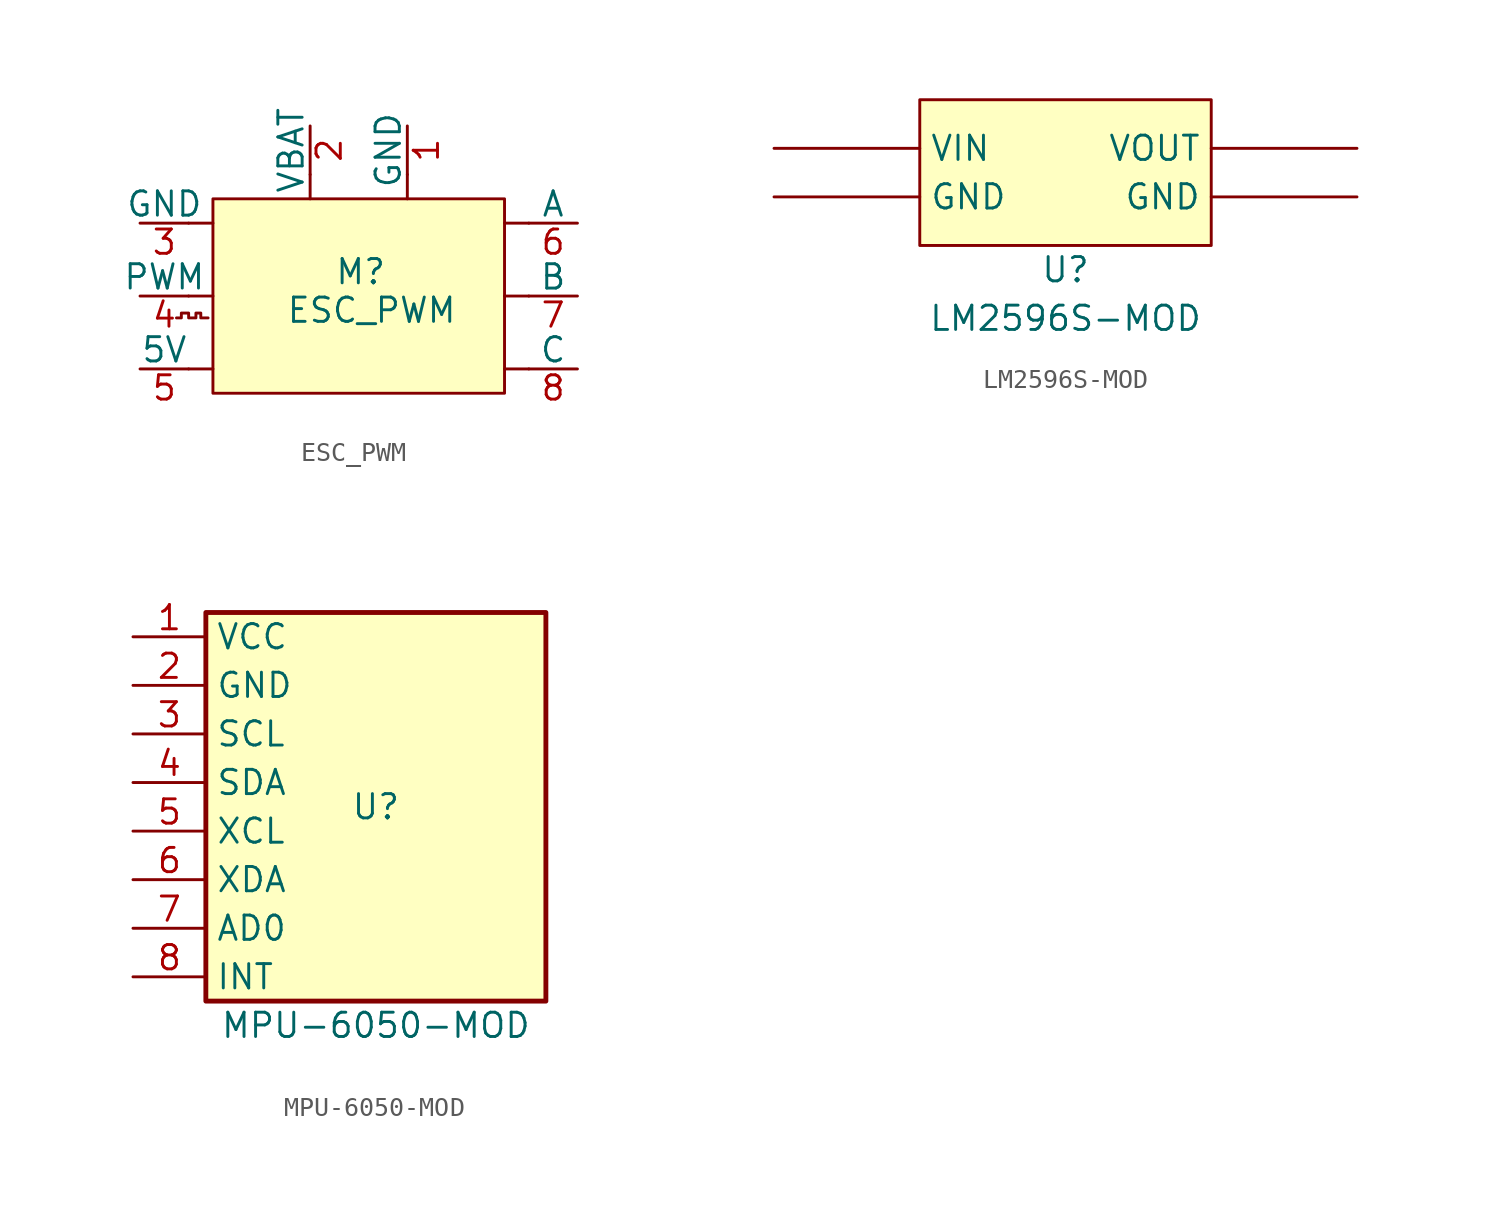
<source format=kicad_sym>
(kicad_symbol_lib
  (version 20220914)
  (generator kicad_symbol_editor)
  (symbol "ESC_PWM"
    (pin_names
      (offset 0))
    (property "Reference" "M"
      (at -1.27 1.27 0)
      (effects (font (size 1.27 1.27)) (justify left)))
    (property "Value" "ESC_PWM"
      (at -3.81 0 0)
      (effects (font (size 1.27 1.27)) (justify left top)))
    (symbol "ESC_PWM_0_1"
      (polyline (pts (xy -8.89 0) (xy -7.62 0)) (stroke (width 0) (type default)) (fill (type none)))
      (polyline (pts (xy -8.89 3.81) (xy -7.62 3.81)) (stroke (width 0) (type default)) (fill (type none)))
      (polyline (pts (xy -7.62 -3.81) (xy -8.89 -3.81)) (stroke (width 0) (type default)) (fill (type none)))
      (polyline (pts (xy -2.54 5.08) (xy -2.54 6.35)) (stroke (width 0) (type default)) (fill (type none)))
      (polyline (pts (xy 2.54 6.35) (xy 2.54 5.08)) (stroke (width 0) (type default)) (fill (type none)))
      (polyline (pts (xy 7.62 3.81) (xy 8.89 3.81)) (stroke (width 0) (type default)) (fill (type none)))
      (polyline (pts (xy 8.89 -3.81) (xy 7.62 -3.81)) (stroke (width 0) (type default)) (fill (type none)))
      (polyline (pts (xy 8.89 0) (xy 7.62 0)) (stroke (width 0) (type default)) (fill (type none)))
      (polyline (pts (xy -9.525 -1.143) (xy -9.271 -1.143) (xy -9.271 -0.889) (xy -8.89 -0.889) (xy -8.89 -1.143) (xy -8.509 -1.143) (xy -8.509 -0.889) (xy -8.255 -0.889) (xy -8.255 -1.143) (xy -7.874 -1.143)) (stroke (width 0) (type default)) (fill (type none))))
    (symbol "ESC_PWM_1_1"
      (rectangle (start -7.62 5.08) (end 7.62 -5.08) (stroke (width 0) (type default)) (fill (type background)))
      (pin passive line (at 2.54 8.89 270) (length 2.54) (name "GND" (effects (font (size 1.27 1.27)))) (number "1" (effects (font (size 1.27 1.27)))))
      (pin power_in line (at -2.54 8.89 270) (length 2.54) (name "VBAT" (effects (font (size 1.27 1.27)))) (number "2" (effects (font (size 1.27 1.27)))))
      (pin bidirectional line (at -11.43 3.81 0) (length 2.54) (name "GND" (effects (font (size 1.27 1.27)))) (number "3" (effects (font (size 1.27 1.27)))))
      (pin input line (at -11.43 0 0) (length 2.54) (name "PWM" (effects (font (size 1.27 1.27)))) (number "4" (effects (font (size 1.27 1.27)))))
      (pin bidirectional line (at -11.43 -3.81 0) (length 2.54) (name "5V" (effects (font (size 1.27 1.27)))) (number "5" (effects (font (size 1.27 1.27)))))
      (pin power_out line (at 11.43 3.81 180) (length 2.54) (name "A" (effects (font (size 1.27 1.27)))) (number "6" (effects (font (size 1.27 1.27)))))
      (pin power_out line (at 11.43 0 180) (length 2.54) (name "B" (effects (font (size 1.27 1.27)))) (number "7" (effects (font (size 1.27 1.27)))))
      (pin power_out line (at 11.43 -3.81 180) (length 2.54) (name "C" (effects (font (size 1.27 1.27)))) (number "8" (effects (font (size 1.27 1.27)))))))
  (symbol "LM2596S-MOD"
    (property "Reference" "U"
      (at 0 -5.08 0)
      (effects (font (size 1.27 1.27))))
    (property "Value" "LM2596S-MOD"
      (at 0 -7.62 0)
      (effects (font (size 1.27 1.27))))
    (symbol "LM2596S-MOD_1_1"
      (rectangle (start -7.62 3.81) (end 7.62 -3.81) (stroke (width 0) (type default)) (fill (type background)))
      (pin power_in line (at -15.24 -1.27 0) (length 7.62) (name "GND" (effects (font (size 1.27 1.27)))) (number "" (effects (font (size 1.27 1.27)))))
      (pin power_out line (at 15.24 -1.27 180) (length 7.62) (name "GND" (effects (font (size 1.27 1.27)))) (number "" (effects (font (size 1.27 1.27)))))
      (pin power_in line (at -15.24 1.27 0) (length 7.62) (name "VIN" (effects (font (size 1.27 1.27)))) (number "" (effects (font (size 1.27 1.27)))))
      (pin power_out line (at 15.24 1.27 180) (length 7.62) (name "VOUT" (effects (font (size 1.27 1.27)))) (number "" (effects (font (size 1.27 1.27)))))))
  (symbol "MPU-6050-MOD"
    (property "Reference" "U"
      (at 0 0 0)
      (effects (font (size 1.27 1.27))))
    (property "Value" "MPU-6050-MOD"
      (at 0 -11.43 0)
      (effects (font (size 1.27 1.27))))
    (symbol "MPU-6050-MOD_0_0"
      (text "" (at 12.7 -2.54 0) (effects (font (size 1.27 1.27)))))
    (symbol "MPU-6050-MOD_0_1"
      (rectangle (start -8.89 10.16) (end 8.89 -10.16) (stroke (width 0.254) (type default)) (fill (type background))))
    (symbol "MPU-6050-MOD_1_1"
      (pin power_in line (at -12.7 8.89 0) (length 3.81) (name "VCC" (effects (font (size 1.27 1.27)))) (number "1" (effects (font (size 1.27 1.27)))))
      (pin power_in line (at -12.7 6.35 0) (length 3.81) (name "GND" (effects (font (size 1.27 1.27)))) (number "2" (effects (font (size 1.27 1.27)))))
      (pin input line (at -12.7 3.81 0) (length 3.81) (name "SCL" (effects (font (size 1.27 1.27)))) (number "3" (effects (font (size 1.27 1.27)))))
      (pin bidirectional line (at -12.7 1.27 0) (length 3.81) (name "SDA" (effects (font (size 1.27 1.27)))) (number "4" (effects (font (size 1.27 1.27)))))
      (pin input line (at -12.7 -1.27 0) (length 3.81) (name "XCL" (effects (font (size 1.27 1.27)))) (number "5" (effects (font (size 1.27 1.27)))))
      (pin input line (at -12.7 -3.81 0) (length 3.81) (name "XDA" (effects (font (size 1.27 1.27)))) (number "6" (effects (font (size 1.27 1.27)))))
      (pin input line (at -12.7 -6.35 0) (length 3.81) (name "AD0" (effects (font (size 1.27 1.27)))) (number "7" (effects (font (size 1.27 1.27)))))
      (pin output line (at -12.7 -8.89 0) (length 3.81) (name "INT" (effects (font (size 1.27 1.27)))) (number "8" (effects (font (size 1.27 1.27))))))))
</source>
